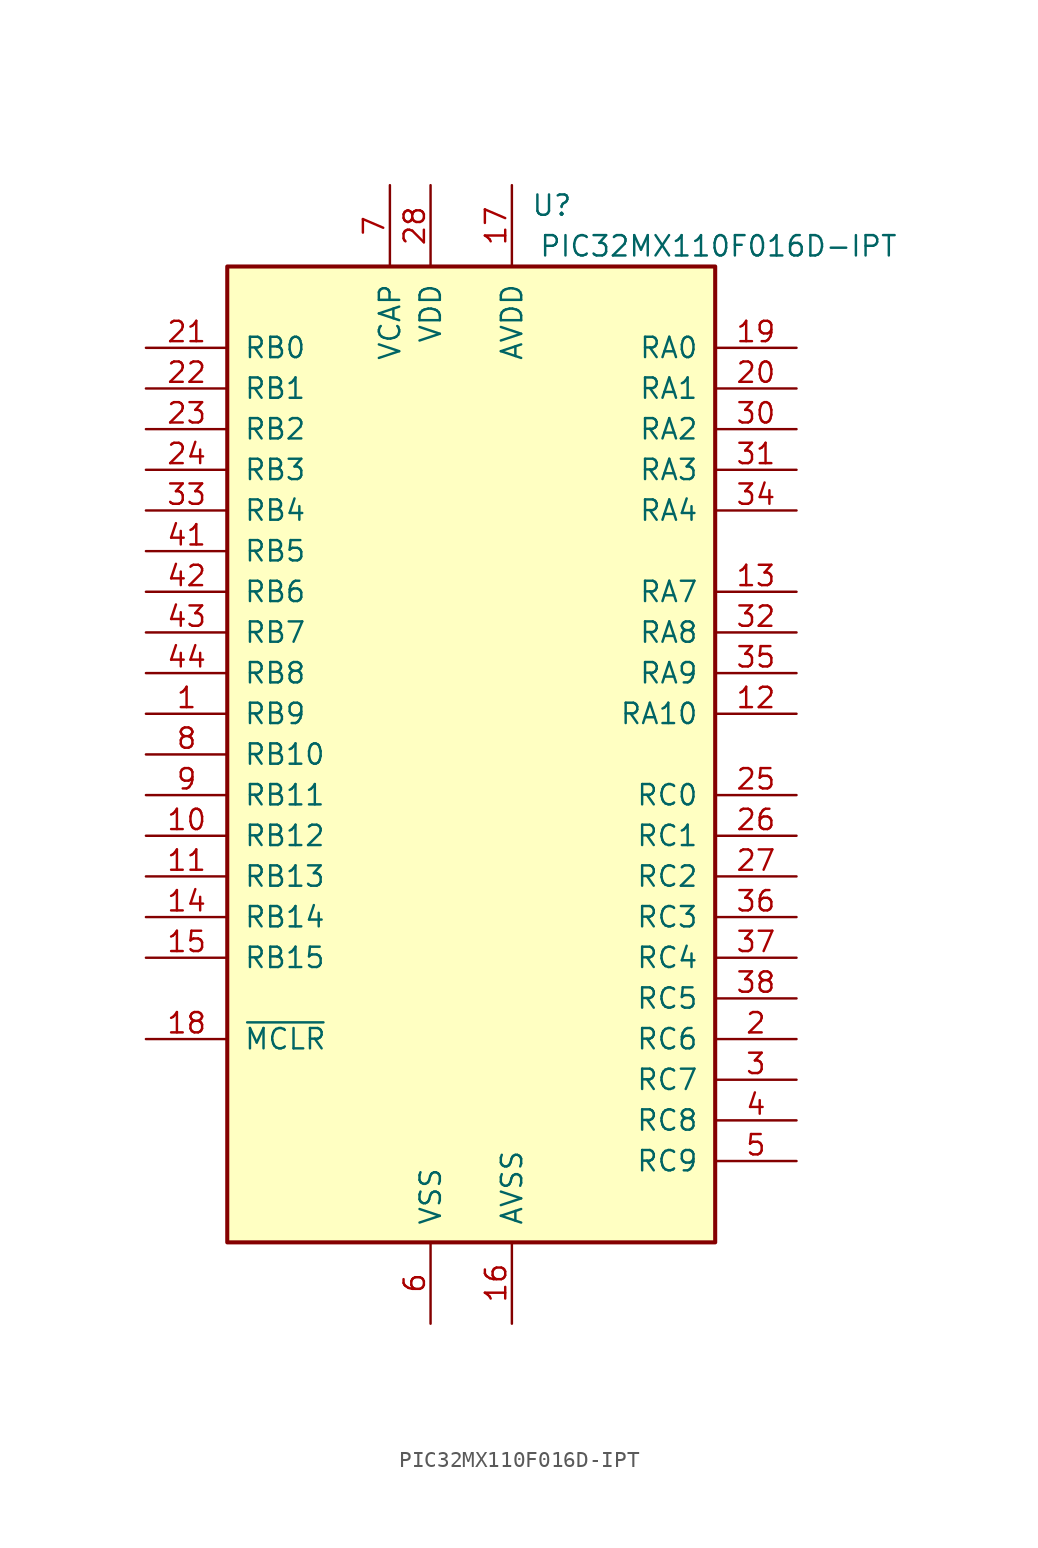
<source format=kicad_sym>
(kicad_symbol_lib
  (version 20201005)
  (generator kicad_symbol_editor)
  (symbol "PIC32MX110F016D-IPT"
    (pin_names
      (offset 1.016))
    (property "Reference" "U"
      (at 6.35 34.29 0)
      (effects (font (size 1.27 1.27)) (justify right)))
    (property "Value" "PIC32MX110F016D-IPT"
      (at 26.67 31.75 0)
      (effects (font (size 1.27 1.27)) (justify right)))
    (symbol "PIC32MX110F016D-IPT_0_1"
      (rectangle (start -15.24 30.48) (end 15.24 -30.48) (stroke (width 0.254)) (fill (type background))))
    (symbol "PIC32MX110F016D-IPT_1_1"
      (pin bidirectional line (at -20.32 2.54 0) (length 5.08) (name "RB9" (effects (font (size 1.27 1.27)))) (number "1" (effects (font (size 1.27 1.27)))))
      (pin bidirectional line (at -20.32 -5.08 0) (length 5.08) (name "RB12" (effects (font (size 1.27 1.27)))) (number "10" (effects (font (size 1.27 1.27)))))
      (pin bidirectional line (at -20.32 -7.62 0) (length 5.08) (name "RB13" (effects (font (size 1.27 1.27)))) (number "11" (effects (font (size 1.27 1.27)))))
      (pin bidirectional line (at 20.32 2.54 180) (length 5.08) (name "RA10" (effects (font (size 1.27 1.27)))) (number "12" (effects (font (size 1.27 1.27)))))
      (pin bidirectional line (at 20.32 10.16 180) (length 5.08) (name "RA7" (effects (font (size 1.27 1.27)))) (number "13" (effects (font (size 1.27 1.27)))))
      (pin bidirectional line (at -20.32 -10.16 0) (length 5.08) (name "RB14" (effects (font (size 1.27 1.27)))) (number "14" (effects (font (size 1.27 1.27)))))
      (pin bidirectional line (at -20.32 -12.7 0) (length 5.08) (name "RB15" (effects (font (size 1.27 1.27)))) (number "15" (effects (font (size 1.27 1.27)))))
      (pin power_in line (at 2.54 -35.56 90) (length 5.08) (name "AVSS" (effects (font (size 1.27 1.27)))) (number "16" (effects (font (size 1.27 1.27)))))
      (pin power_in line (at 2.54 35.56 270) (length 5.08) (name "AVDD" (effects (font (size 1.27 1.27)))) (number "17" (effects (font (size 1.27 1.27)))))
      (pin input line (at -20.32 -17.78 0) (length 5.08) (name "~MCLR" (effects (font (size 1.27 1.27)))) (number "18" (effects (font (size 1.27 1.27)))))
      (pin input line (at 20.32 25.4 180) (length 5.08) (name "RA0" (effects (font (size 1.27 1.27)))) (number "19" (effects (font (size 1.27 1.27)))))
      (pin bidirectional line (at 20.32 -17.78 180) (length 5.08) (name "RC6" (effects (font (size 1.27 1.27)))) (number "2" (effects (font (size 1.27 1.27)))))
      (pin input line (at 20.32 22.86 180) (length 5.08) (name "RA1" (effects (font (size 1.27 1.27)))) (number "20" (effects (font (size 1.27 1.27)))))
      (pin input line (at -20.32 25.4 0) (length 5.08) (name "RB0" (effects (font (size 1.27 1.27)))) (number "21" (effects (font (size 1.27 1.27)))))
      (pin input line (at -20.32 22.86 0) (length 5.08) (name "RB1" (effects (font (size 1.27 1.27)))) (number "22" (effects (font (size 1.27 1.27)))))
      (pin input line (at -20.32 20.32 0) (length 5.08) (name "RB2" (effects (font (size 1.27 1.27)))) (number "23" (effects (font (size 1.27 1.27)))))
      (pin input line (at -20.32 17.78 0) (length 5.08) (name "RB3" (effects (font (size 1.27 1.27)))) (number "24" (effects (font (size 1.27 1.27)))))
      (pin input line (at 20.32 -2.54 180) (length 5.08) (name "RC0" (effects (font (size 1.27 1.27)))) (number "25" (effects (font (size 1.27 1.27)))))
      (pin input line (at 20.32 -5.08 180) (length 5.08) (name "RC1" (effects (font (size 1.27 1.27)))) (number "26" (effects (font (size 1.27 1.27)))))
      (pin input line (at 20.32 -7.62 180) (length 5.08) (name "RC2" (effects (font (size 1.27 1.27)))) (number "27" (effects (font (size 1.27 1.27)))))
      (pin power_in line (at -2.54 35.56 270) (length 5.08) (name "VDD" (effects (font (size 1.27 1.27)))) (number "28" (effects (font (size 1.27 1.27)))))
      (pin passive line (at -2.54 -35.56 90) (length 5.08) hide (name "VSS" (effects (font (size 1.27 1.27)))) (number "29" (effects (font (size 1.27 1.27)))))
      (pin bidirectional line (at 20.32 -20.32 180) (length 5.08) (name "RC7" (effects (font (size 1.27 1.27)))) (number "3" (effects (font (size 1.27 1.27)))))
      (pin input line (at 20.32 20.32 180) (length 5.08) (name "RA2" (effects (font (size 1.27 1.27)))) (number "30" (effects (font (size 1.27 1.27)))))
      (pin input line (at 20.32 17.78 180) (length 5.08) (name "RA3" (effects (font (size 1.27 1.27)))) (number "31" (effects (font (size 1.27 1.27)))))
      (pin input line (at 20.32 7.62 180) (length 5.08) (name "RA8" (effects (font (size 1.27 1.27)))) (number "32" (effects (font (size 1.27 1.27)))))
      (pin input line (at -20.32 15.24 0) (length 5.08) (name "RB4" (effects (font (size 1.27 1.27)))) (number "33" (effects (font (size 1.27 1.27)))))
      (pin input line (at 20.32 15.24 180) (length 5.08) (name "RA4" (effects (font (size 1.27 1.27)))) (number "34" (effects (font (size 1.27 1.27)))))
      (pin input line (at 20.32 5.08 180) (length 5.08) (name "RA9" (effects (font (size 1.27 1.27)))) (number "35" (effects (font (size 1.27 1.27)))))
      (pin input line (at 20.32 -10.16 180) (length 5.08) (name "RC3" (effects (font (size 1.27 1.27)))) (number "36" (effects (font (size 1.27 1.27)))))
      (pin input line (at 20.32 -12.7 180) (length 5.08) (name "RC4" (effects (font (size 1.27 1.27)))) (number "37" (effects (font (size 1.27 1.27)))))
      (pin input line (at 20.32 -15.24 180) (length 5.08) (name "RC5" (effects (font (size 1.27 1.27)))) (number "38" (effects (font (size 1.27 1.27)))))
      (pin passive line (at -2.54 -35.56 90) (length 5.08) hide (name "VSS" (effects (font (size 1.27 1.27)))) (number "39" (effects (font (size 1.27 1.27)))))
      (pin bidirectional line (at 20.32 -22.86 180) (length 5.08) (name "RC8" (effects (font (size 1.27 1.27)))) (number "4" (effects (font (size 1.27 1.27)))))
      (pin passive line (at -2.54 35.56 270) (length 5.08) hide (name "VDD" (effects (font (size 1.27 1.27)))) (number "40" (effects (font (size 1.27 1.27)))))
      (pin input line (at -20.32 12.7 0) (length 5.08) (name "RB5" (effects (font (size 1.27 1.27)))) (number "41" (effects (font (size 1.27 1.27)))))
      (pin input line (at -20.32 10.16 0) (length 5.08) (name "RB6" (effects (font (size 1.27 1.27)))) (number "42" (effects (font (size 1.27 1.27)))))
      (pin input line (at -20.32 7.62 0) (length 5.08) (name "RB7" (effects (font (size 1.27 1.27)))) (number "43" (effects (font (size 1.27 1.27)))))
      (pin input line (at -20.32 5.08 0) (length 5.08) (name "RB8" (effects (font (size 1.27 1.27)))) (number "44" (effects (font (size 1.27 1.27)))))
      (pin bidirectional line (at 20.32 -25.4 180) (length 5.08) (name "RC9" (effects (font (size 1.27 1.27)))) (number "5" (effects (font (size 1.27 1.27)))))
      (pin power_in line (at -2.54 -35.56 90) (length 5.08) (name "VSS" (effects (font (size 1.27 1.27)))) (number "6" (effects (font (size 1.27 1.27)))))
      (pin power_in line (at -5.08 35.56 270) (length 5.08) (name "VCAP" (effects (font (size 1.27 1.27)))) (number "7" (effects (font (size 1.27 1.27)))))
      (pin bidirectional line (at -20.32 0 0) (length 5.08) (name "RB10" (effects (font (size 1.27 1.27)))) (number "8" (effects (font (size 1.27 1.27)))))
      (pin bidirectional line (at -20.32 -2.54 0) (length 5.08) (name "RB11" (effects (font (size 1.27 1.27)))) (number "9" (effects (font (size 1.27 1.27))))))))
</source>
